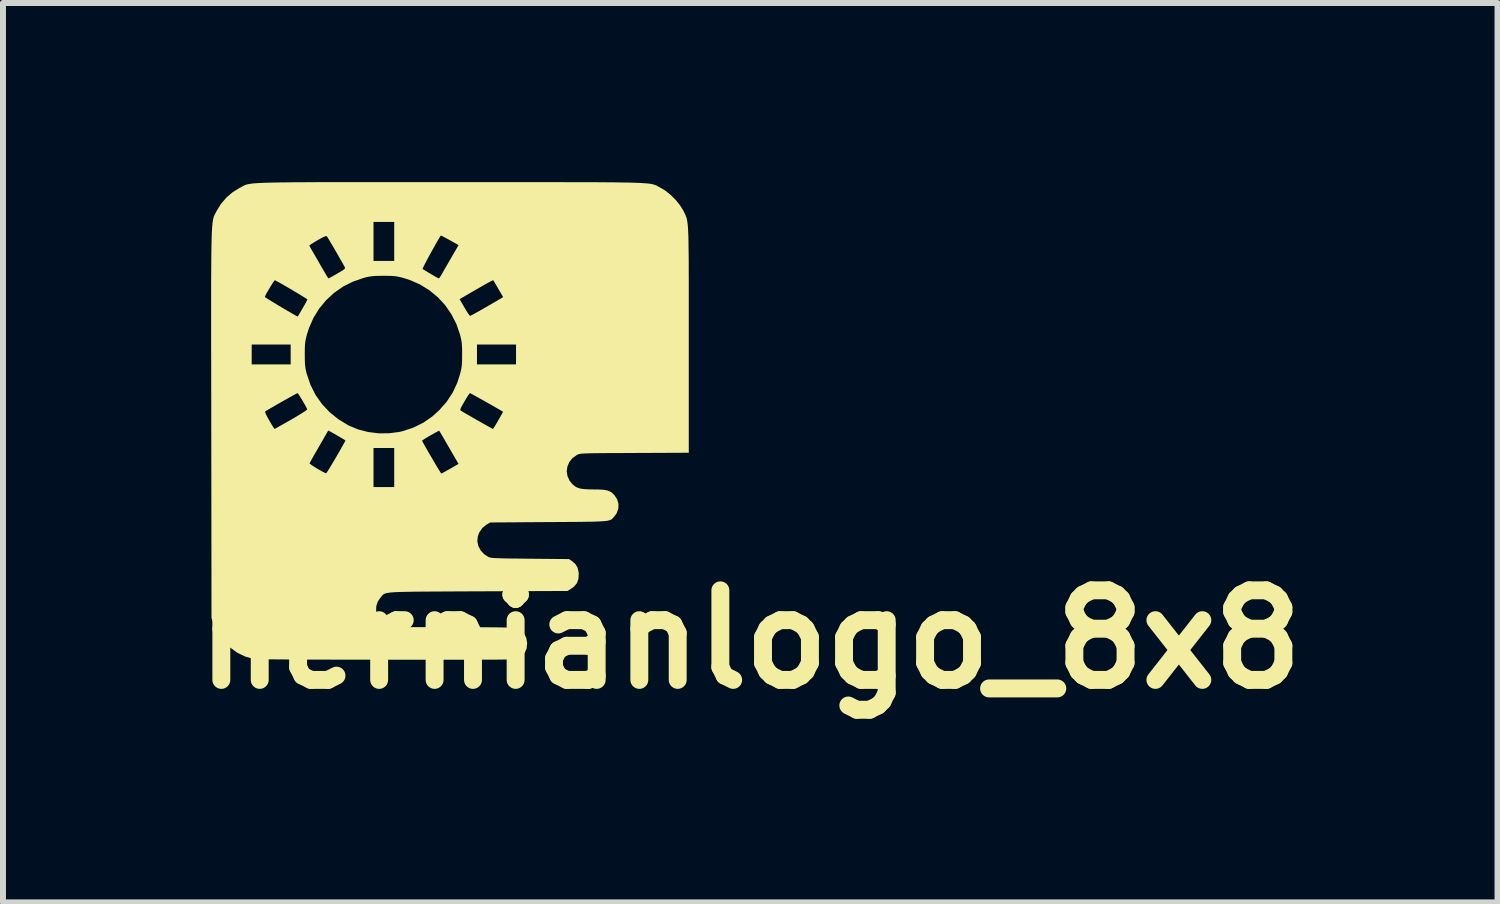
<source format=kicad_pcb>
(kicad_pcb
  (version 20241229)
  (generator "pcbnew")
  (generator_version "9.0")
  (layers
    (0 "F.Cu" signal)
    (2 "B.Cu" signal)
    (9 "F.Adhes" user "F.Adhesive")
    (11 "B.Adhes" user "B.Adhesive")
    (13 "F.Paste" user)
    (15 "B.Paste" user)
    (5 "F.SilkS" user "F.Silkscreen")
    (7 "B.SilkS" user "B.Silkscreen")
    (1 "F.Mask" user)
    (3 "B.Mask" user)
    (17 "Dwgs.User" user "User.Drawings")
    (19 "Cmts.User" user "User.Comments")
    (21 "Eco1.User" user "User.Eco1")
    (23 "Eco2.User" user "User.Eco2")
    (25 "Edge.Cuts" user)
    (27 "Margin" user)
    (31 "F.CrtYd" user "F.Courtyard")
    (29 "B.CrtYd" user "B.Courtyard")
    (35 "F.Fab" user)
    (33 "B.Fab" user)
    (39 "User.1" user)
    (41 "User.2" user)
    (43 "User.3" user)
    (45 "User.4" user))
  (footprint "hernianlogo_8x8"
    (layer "F.Cu")
    (at 4.485 4)
    (property "Reference" "hernianlogo_8x8" (at 5.029 3.658 0) (layer "F.SilkS") (effects (font (size 1.5 1.5) (thickness 0.3))))
    (attr board_only exclude_from_pos_files exclude_from_bom)
    (fp_poly (pts (xy -1.189 -4) (xy -0.905 -4) (xy -0.597 -4) (xy -0.265 -4) (xy -0.001 -4) (xy 0.352 -4) (xy 0.679 -4) (xy 0.981 -4) (xy 1.26 -4) (xy 1.516 -4) (xy 1.75 -4) (xy 1.964 -3.999) (xy 2.158 -3.999) (xy 2.334 -3.999) (xy 2.492 -3.998) (xy 2.633 -3.997) (xy 2.759 -3.996) (xy 2.871 -3.994) (xy 2.969 -3.993) (xy 3.055 -3.991) (xy 3.129 -3.988) (xy 3.192 -3.986) (xy 3.246 -3.982) (xy 3.292 -3.979) (xy 3.331 -3.975) (xy 3.363 -3.971) (xy 3.389 -3.966) (xy 3.411 -3.96) (xy 3.43 -3.954) (xy 3.447 -3.948) (xy 3.462 -3.941) (xy 3.476 -3.933) (xy 3.492 -3.924) (xy 3.509 -3.915) (xy 3.52 -3.91) (xy 3.605 -3.859) (xy 3.693 -3.789) (xy 3.776 -3.707) (xy 3.848 -3.619) (xy 3.903 -3.534) (xy 3.91 -3.52) (xy 3.922 -3.496) (xy 3.933 -3.474) (xy 3.943 -3.453) (xy 3.952 -3.432) (xy 3.96 -3.41) (xy 3.967 -3.384) (xy 3.973 -3.355) (xy 3.978 -3.319) (xy 3.983 -3.277) (xy 3.987 -3.226) (xy 3.99 -3.165) (xy 3.993 -3.093) (xy 3.995 -3.009) (xy 3.996 -2.91) (xy 3.998 -2.797) (xy 3.999 -2.667) (xy 3.999 -2.519) (xy 4 -2.351) (xy 4 -2.163) (xy 4 -1.953) (xy 4 -1.72) (xy 4 -1.461) (xy 4 -1.357) (xy 4 0.532) (xy 3.09 0.536) (xy 2.912 0.537) (xy 2.759 0.538) (xy 2.629 0.538) (xy 2.519 0.539) (xy 2.428 0.54) (xy 2.354 0.541) (xy 2.295 0.543) (xy 2.248 0.545) (xy 2.213 0.547) (xy 2.186 0.55) (xy 2.166 0.553) (xy 2.151 0.557) (xy 2.14 0.562) (xy 2.129 0.568) (xy 2.127 0.569) (xy 2.052 0.622) (xy 1.999 0.688) (xy 1.967 0.764) (xy 1.956 0.843) (xy 1.969 0.924) (xy 2.004 1.001) (xy 2.056 1.063) (xy 2.092 1.093) (xy 2.131 1.115) (xy 2.178 1.131) (xy 2.238 1.14) (xy 2.316 1.145) (xy 2.412 1.147) (xy 2.506 1.148) (xy 2.578 1.153) (xy 2.634 1.163) (xy 2.677 1.179) (xy 2.714 1.202) (xy 2.747 1.235) (xy 2.756 1.244) (xy 2.801 1.314) (xy 2.823 1.391) (xy 2.82 1.469) (xy 2.793 1.544) (xy 2.757 1.594) (xy 2.743 1.611) (xy 2.73 1.626) (xy 2.717 1.639) (xy 2.702 1.65) (xy 2.684 1.659) (xy 2.659 1.666) (xy 2.627 1.673) (xy 2.586 1.677) (xy 2.533 1.681) (xy 2.466 1.684) (xy 2.385 1.687) (xy 2.287 1.688) (xy 2.17 1.69) (xy 2.032 1.691) (xy 1.871 1.692) (xy 1.686 1.693) (xy 1.653 1.693) (xy 0.673 1.7) (xy 0.612 1.736) (xy 0.544 1.791) (xy 0.493 1.864) (xy 0.467 1.932) (xy 0.459 2.013) (xy 0.475 2.092) (xy 0.513 2.166) (xy 0.572 2.23) (xy 0.633 2.271) (xy 0.646 2.278) (xy 0.66 2.283) (xy 0.677 2.288) (xy 0.7 2.292) (xy 0.73 2.295) (xy 0.771 2.297) (xy 0.825 2.299) (xy 0.894 2.301) (xy 0.981 2.303) (xy 1.087 2.304) (xy 1.216 2.305) (xy 1.341 2.307) (xy 1.995 2.313) (xy 2.042 2.345) (xy 2.101 2.396) (xy 2.137 2.456) (xy 2.155 2.531) (xy 2.157 2.559) (xy 2.152 2.645) (xy 2.127 2.715) (xy 2.079 2.773) (xy 2.033 2.807) (xy 1.969 2.847) (xy 0.468 2.853) (xy 0.232 2.854) (xy 0.022 2.855) (xy -0.165 2.856) (xy -0.33 2.857) (xy -0.473 2.858) (xy -0.598 2.859) (xy -0.705 2.861) (xy -0.796 2.863) (xy -0.872 2.865) (xy -0.934 2.868) (xy -0.985 2.872) (xy -1.026 2.877) (xy -1.058 2.882) (xy -1.082 2.889) (xy -1.101 2.896) (xy -1.115 2.905) (xy -1.127 2.915) (xy -1.137 2.927) (xy -1.148 2.94) (xy -1.16 2.954) (xy -1.163 2.958) (xy -1.21 3.028) (xy -1.234 3.105) (xy -1.236 3.185) (xy -1.216 3.262) (xy -1.177 3.332) (xy -1.118 3.392) (xy -1.062 3.425) (xy -1.051 3.431) (xy -1.04 3.435) (xy -1.025 3.439) (xy -1.007 3.442) (xy -0.982 3.445) (xy -0.949 3.447) (xy -0.906 3.449) (xy -0.851 3.45) (xy -0.783 3.451) (xy -0.699 3.452) (xy -0.598 3.453) (xy -0.477 3.453) (xy -0.336 3.453) (xy -0.172 3.453) (xy 0.017 3.453) (xy 0.029 3.453) (xy 0.241 3.453) (xy 0.428 3.454) (xy 0.589 3.455) (xy 0.727 3.456) (xy 0.843 3.457) (xy 0.936 3.459) (xy 1.008 3.461) (xy 1.061 3.463) (xy 1.094 3.466) (xy 1.108 3.469) (xy 1.185 3.507) (xy 1.243 3.563) (xy 1.279 3.634) (xy 1.293 3.718) (xy 1.293 3.725) (xy 1.284 3.811) (xy 1.254 3.881) (xy 1.202 3.938) (xy 1.144 3.975) (xy 1.137 3.978) (xy 1.128 3.981) (xy 1.117 3.984) (xy 1.102 3.986) (xy 1.082 3.988) (xy 1.056 3.99) (xy 1.022 3.992) (xy 0.979 3.993) (xy 0.927 3.995) (xy 0.862 3.996) (xy 0.786 3.997) (xy 0.695 3.997) (xy 0.59 3.998) (xy 0.468 3.998) (xy 0.329 3.999) (xy 0.172 3.999) (xy -0.006 3.999) (xy -0.205 3.999) (xy -0.426 3.999) (xy -0.671 3.999) (xy -0.941 3.999) (xy -1.069 3.999) (xy -1.308 3.998) (xy -1.541 3.998) (xy -1.765 3.998) (xy -1.979 3.997) (xy -2.182 3.996) (xy -2.373 3.996) (xy -2.55 3.995) (xy -2.711 3.994) (xy -2.856 3.993) (xy -2.982 3.992) (xy -3.089 3.991) (xy -3.174 3.99) (xy -3.236 3.989) (xy -3.275 3.987) (xy -3.287 3.986) (xy -3.43 3.945) (xy -3.562 3.881) (xy -3.684 3.791) (xy -3.74 3.74) (xy -3.825 3.644) (xy -3.891 3.546) (xy -3.944 3.434) (xy -3.958 3.398) (xy -3.993 3.3) (xy -3.996 0.71) (xy -2.351 0.71) (xy -2.341 0.721) (xy -2.313 0.741) (xy -2.273 0.767) (xy -2.226 0.797) (xy -2.177 0.825) (xy -2.132 0.85) (xy -2.096 0.868) (xy -2.075 0.875) (xy -2.073 0.875) (xy -2.063 0.863) (xy -2.042 0.831) (xy -2.011 0.782) (xy -1.974 0.72) (xy -1.931 0.648) (xy -1.903 0.6) (xy -1.859 0.524) (xy -1.82 0.456) (xy -1.819 0.453) (xy -1.28 0.453) (xy -1.28 0.78) (xy -1.28 1.107) (xy -1.107 1.107) (xy -0.933 1.107) (xy -0.933 0.78) (xy -0.933 0.453) (xy -1.107 0.453) (xy -1.28 0.453) (xy -1.819 0.453) (xy -1.788 0.398) (xy -1.764 0.356) (xy -1.752 0.331) (xy -1.751 0.329) (xy -0.467 0.329) (xy -0.46 0.344) (xy -0.443 0.376) (xy -0.416 0.424) (xy -0.382 0.483) (xy -0.345 0.549) (xy -0.304 0.617) (xy -0.264 0.686) (xy -0.227 0.749) (xy -0.194 0.804) (xy -0.167 0.847) (xy -0.15 0.873) (xy -0.145 0.88) (xy -0.13 0.874) (xy -0.098 0.857) (xy -0.052 0.831) (xy 0.003 0.8) (xy 0.004 0.8) (xy 0.144 0.719) (xy -0.016 0.443) (xy -0.061 0.366) (xy -0.101 0.296) (xy -0.135 0.238) (xy -0.16 0.195) (xy -0.176 0.169) (xy -0.179 0.163) (xy -0.192 0.168) (xy -0.221 0.183) (xy -0.263 0.206) (xy -0.311 0.233) (xy -0.361 0.262) (xy -0.407 0.289) (xy -0.442 0.312) (xy -0.463 0.326) (xy -0.467 0.329) (xy -1.751 0.329) (xy -1.75 0.326) (xy -1.763 0.317) (xy -1.794 0.298) (xy -1.836 0.274) (xy -1.883 0.246) (xy -1.929 0.219) (xy -1.969 0.197) (xy -1.996 0.182) (xy -1.997 0.181) (xy -2.038 0.16) (xy -2.193 0.429) (xy -2.237 0.506) (xy -2.277 0.575) (xy -2.31 0.634) (xy -2.334 0.678) (xy -2.348 0.704) (xy -2.351 0.71) (xy -3.996 0.71) (xy -3.997 0.04) (xy -3.997 -0.151) (xy -3.095 -0.151) (xy -3.088 -0.128) (xy -3.07 -0.089) (xy -3.039 -0.032) (xy -3.026 -0.009) (xy -2.994 0.046) (xy -2.967 0.09) (xy -2.947 0.121) (xy -2.937 0.133) (xy -2.937 0.133) (xy -2.924 0.127) (xy -2.891 0.109) (xy -2.842 0.081) (xy -2.779 0.046) (xy -2.707 0.005) (xy -2.658 -0.023) (xy -2.581 -0.068) (xy -2.514 -0.109) (xy -2.458 -0.144) (xy -2.416 -0.171) (xy -2.393 -0.189) (xy -2.39 -0.194) (xy -2.399 -0.215) (xy -2.418 -0.252) (xy -2.444 -0.297) (xy -2.472 -0.346) (xy -2.501 -0.393) (xy -2.526 -0.433) (xy -2.544 -0.459) (xy -2.552 -0.467) (xy -2.565 -0.46) (xy -2.598 -0.443) (xy -2.646 -0.417) (xy -2.705 -0.384) (xy -2.771 -0.347) (xy -2.84 -0.308) (xy -2.909 -0.269) (xy -2.972 -0.232) (xy -3.027 -0.2) (xy -3.07 -0.175) (xy -3.091 -0.162) (xy -3.095 -0.151) (xy -3.997 -0.151) (xy -3.997 -0.314) (xy -3.998 -0.643) (xy -3.998 -0.947) (xy -3.999 -1.227) (xy -3.999 -1.28) (xy -3.32 -1.28) (xy -3.32 -1.113) (xy -3.32 -0.947) (xy -2.993 -0.947) (xy -2.667 -0.947) (xy -2.667 -1.113) (xy -2.431 -1.113) (xy -2.43 -1.029) (xy -2.428 -0.964) (xy -2.423 -0.91) (xy -2.415 -0.861) (xy -2.403 -0.807) (xy -2.396 -0.784) (xy -2.335 -0.604) (xy -2.251 -0.437) (xy -2.145 -0.286) (xy -2.018 -0.15) (xy -1.872 -0.031) (xy -1.708 0.069) (xy -1.693 0.077) (xy -1.537 0.142) (xy -1.369 0.185) (xy -1.195 0.207) (xy -1.018 0.206) (xy -0.844 0.183) (xy -0.786 0.169) (xy -0.609 0.11) (xy -0.446 0.029) (xy -0.294 -0.076) (xy -0.18 -0.18) (xy -0.174 -0.186) (xy 0.174 -0.186) (xy 0.179 -0.176) (xy 0.191 -0.168) (xy 0.191 -0.168) (xy 0.218 -0.151) (xy 0.261 -0.126) (xy 0.317 -0.094) (xy 0.381 -0.057) (xy 0.448 -0.018) (xy 0.516 0.02) (xy 0.581 0.057) (xy 0.637 0.088) (xy 0.682 0.113) (xy 0.71 0.129) (xy 0.72 0.133) (xy 0.729 0.122) (xy 0.748 0.093) (xy 0.775 0.049) (xy 0.807 -0.005) (xy 0.809 -0.01) (xy 0.84 -0.064) (xy 0.866 -0.11) (xy 0.883 -0.141) (xy 0.889 -0.154) (xy 0.889 -0.154) (xy 0.869 -0.167) (xy 0.831 -0.189) (xy 0.779 -0.219) (xy 0.717 -0.255) (xy 0.649 -0.293) (xy 0.579 -0.333) (xy 0.511 -0.371) (xy 0.449 -0.405) (xy 0.397 -0.434) (xy 0.359 -0.455) (xy 0.338 -0.466) (xy 0.336 -0.467) (xy 0.325 -0.456) (xy 0.304 -0.426) (xy 0.276 -0.382) (xy 0.244 -0.328) (xy 0.243 -0.326) (xy 0.209 -0.267) (xy 0.187 -0.227) (xy 0.176 -0.201) (xy 0.174 -0.186) (xy -0.174 -0.186) (xy -0.055 -0.321) (xy 0.046 -0.475) (xy 0.124 -0.642) (xy 0.17 -0.786) (xy 0.184 -0.842) (xy 0.194 -0.892) (xy 0.2 -0.943) (xy 0.203 -1.004) (xy 0.204 -1.081) (xy 0.204 -1.113) (xy 0.204 -1.198) (xy 0.201 -1.263) (xy 0.2 -1.28) (xy 0.453 -1.28) (xy 0.453 -1.113) (xy 0.453 -0.947) (xy 0.78 -0.947) (xy 1.107 -0.947) (xy 1.107 -1.113) (xy 1.107 -1.28) (xy 0.78 -1.28) (xy 0.453 -1.28) (xy 0.2 -1.28) (xy 0.197 -1.316) (xy 0.188 -1.366) (xy 0.176 -1.419) (xy 0.17 -1.443) (xy 0.109 -1.621) (xy 0.025 -1.787) (xy -0.079 -1.938) (xy -0.173 -2.04) (xy 0.162 -2.04) (xy 0.243 -1.9) (xy 0.275 -1.846) (xy 0.303 -1.802) (xy 0.325 -1.771) (xy 0.337 -1.76) (xy 0.337 -1.76) (xy 0.352 -1.766) (xy 0.387 -1.784) (xy 0.437 -1.812) (xy 0.499 -1.846) (xy 0.57 -1.887) (xy 0.585 -1.896) (xy 0.659 -1.938) (xy 0.727 -1.978) (xy 0.785 -2.011) (xy 0.828 -2.037) (xy 0.854 -2.052) (xy 0.856 -2.053) (xy 0.891 -2.075) (xy 0.81 -2.214) (xy 0.779 -2.268) (xy 0.752 -2.313) (xy 0.733 -2.345) (xy 0.725 -2.358) (xy 0.725 -2.358) (xy 0.712 -2.353) (xy 0.678 -2.336) (xy 0.623 -2.306) (xy 0.549 -2.264) (xy 0.457 -2.211) (xy 0.349 -2.149) (xy 0.237 -2.084) (xy 0.162 -2.04) (xy -0.173 -2.04) (xy -0.203 -2.072) (xy -0.344 -2.189) (xy -0.501 -2.286) (xy -0.672 -2.361) (xy -0.786 -2.397) (xy -0.842 -2.411) (xy -0.892 -2.421) (xy -0.943 -2.427) (xy -1.004 -2.43) (xy -1.081 -2.431) (xy -1.113 -2.431) (xy -1.198 -2.43) (xy -1.263 -2.428) (xy -1.316 -2.423) (xy -1.366 -2.415) (xy -1.419 -2.403) (xy -1.443 -2.396) (xy -1.621 -2.335) (xy -1.787 -2.252) (xy -1.938 -2.147) (xy -2.072 -2.024) (xy -2.189 -1.883) (xy -2.286 -1.726) (xy -2.361 -1.554) (xy -2.397 -1.441) (xy -2.411 -1.385) (xy -2.421 -1.335) (xy -2.427 -1.283) (xy -2.43 -1.223) (xy -2.431 -1.146) (xy -2.431 -1.113) (xy -2.667 -1.113) (xy -2.667 -1.28) (xy -2.993 -1.28) (xy -3.32 -1.28) (xy -3.999 -1.28) (xy -3.999 -1.485) (xy -3.999 -1.721) (xy -3.999 -1.936) (xy -3.999 -2.077) (xy -3.1 -2.077) (xy -3.089 -2.068) (xy -3.059 -2.049) (xy -3.013 -2.02) (xy -2.954 -1.984) (xy -2.888 -1.944) (xy -2.816 -1.901) (xy -2.743 -1.858) (xy -2.672 -1.817) (xy -2.608 -1.78) (xy -2.553 -1.749) (xy -2.551 -1.748) (xy -2.544 -1.758) (xy -2.526 -1.787) (xy -2.5 -1.83) (xy -2.469 -1.884) (xy -2.468 -1.886) (xy -2.436 -1.94) (xy -2.411 -1.987) (xy -2.393 -2.02) (xy -2.387 -2.036) (xy -2.387 -2.036) (xy -2.398 -2.044) (xy -2.428 -2.064) (xy -2.474 -2.092) (xy -2.531 -2.127) (xy -2.595 -2.165) (xy -2.664 -2.206) (xy -2.732 -2.246) (xy -2.796 -2.283) (xy -2.852 -2.315) (xy -2.897 -2.339) (xy -2.925 -2.354) (xy -2.932 -2.357) (xy -2.942 -2.348) (xy -2.961 -2.32) (xy -2.987 -2.28) (xy -3.016 -2.233) (xy -3.045 -2.184) (xy -3.071 -2.139) (xy -3.09 -2.102) (xy -3.099 -2.08) (xy -3.1 -2.077) (xy -3.999 -2.077) (xy -3.999 -2.132) (xy -3.999 -2.309) (xy -3.998 -2.469) (xy -3.997 -2.612) (xy -3.996 -2.74) (xy -3.995 -2.853) (xy -3.993 -2.936) (xy -2.355 -2.936) (xy -2.355 -2.936) (xy -2.347 -2.921) (xy -2.328 -2.887) (xy -2.299 -2.837) (xy -2.262 -2.773) (xy -2.219 -2.699) (xy -2.173 -2.618) (xy -2.124 -2.534) (xy -2.091 -2.477) (xy -2.066 -2.434) (xy -2.046 -2.403) (xy -2.035 -2.387) (xy -2.034 -2.387) (xy -2.021 -2.393) (xy -1.99 -2.41) (xy -1.945 -2.435) (xy -1.891 -2.466) (xy -1.888 -2.468) (xy -1.829 -2.502) (xy -1.79 -2.526) (xy -1.767 -2.544) (xy -1.765 -2.546) (xy -0.458 -2.546) (xy -0.443 -2.536) (xy -0.41 -2.516) (xy -0.367 -2.49) (xy -0.319 -2.461) (xy -0.271 -2.433) (xy -0.229 -2.409) (xy -0.198 -2.393) (xy -0.186 -2.387) (xy -0.175 -2.397) (xy -0.159 -2.422) (xy -0.158 -2.423) (xy -0.144 -2.446) (xy -0.12 -2.487) (xy -0.088 -2.544) (xy -0.049 -2.611) (xy -0.006 -2.685) (xy 0.004 -2.703) (xy 0.145 -2.945) (xy -0.002 -3.028) (xy -0.057 -3.058) (xy -0.104 -3.083) (xy -0.137 -3.099) (xy -0.152 -3.105) (xy -0.152 -3.105) (xy -0.167 -3.084) (xy -0.19 -3.045) (xy -0.221 -2.993) (xy -0.256 -2.93) (xy -0.294 -2.862) (xy -0.333 -2.792) (xy -0.37 -2.724) (xy -0.403 -2.661) (xy -0.43 -2.609) (xy -0.449 -2.57) (xy -0.458 -2.549) (xy -0.458 -2.546) (xy -1.765 -2.546) (xy -1.758 -2.557) (xy -1.758 -2.569) (xy -1.762 -2.578) (xy -1.78 -2.611) (xy -1.807 -2.659) (xy -1.841 -2.718) (xy -1.878 -2.784) (xy -1.918 -2.853) (xy -1.957 -2.92) (xy -1.993 -2.981) (xy -2.024 -3.033) (xy -2.046 -3.07) (xy -2.059 -3.089) (xy -2.06 -3.091) (xy -2.071 -3.096) (xy -2.091 -3.092) (xy -2.123 -3.078) (xy -2.172 -3.052) (xy -2.218 -3.026) (xy -2.272 -2.994) (xy -2.316 -2.967) (xy -2.345 -2.946) (xy -2.355 -2.936) (xy -3.993 -2.936) (xy -3.993 -2.952) (xy -3.991 -3.039) (xy -3.989 -3.115) (xy -3.986 -3.18) (xy -3.983 -3.235) (xy -3.979 -3.282) (xy -3.975 -3.322) (xy -3.973 -3.333) (xy -1.28 -3.333) (xy -1.28 -3.007) (xy -1.28 -2.68) (xy -1.107 -2.68) (xy -0.933 -2.68) (xy -0.933 -3.007) (xy -0.933 -3.333) (xy -1.107 -3.333) (xy -1.28 -3.333) (xy -3.973 -3.333) (xy -3.97 -3.355) (xy -3.965 -3.382) (xy -3.959 -3.406) (xy -3.953 -3.425) (xy -3.946 -3.443) (xy -3.938 -3.458) (xy -3.93 -3.474) (xy -3.921 -3.49) (xy -3.912 -3.508) (xy -3.903 -3.524) (xy -3.833 -3.637) (xy -3.743 -3.742) (xy -3.638 -3.832) (xy -3.525 -3.902) (xy -3.52 -3.904) (xy -3.5 -3.914) (xy -3.483 -3.924) (xy -3.467 -3.933) (xy -3.452 -3.941) (xy -3.436 -3.948) (xy -3.419 -3.955) (xy -3.399 -3.961) (xy -3.375 -3.966) (xy -3.348 -3.971) (xy -3.314 -3.976) (xy -3.274 -3.98) (xy -3.226 -3.983) (xy -3.17 -3.986) (xy -3.104 -3.989) (xy -3.027 -3.991) (xy -2.939 -3.993) (xy -2.838 -3.995) (xy -2.723 -3.996) (xy -2.593 -3.998) (xy -2.448 -3.998) (xy -2.286 -3.999) (xy -2.106 -4) (xy -1.908 -4) (xy -1.689 -4) (xy -1.45 -4)) (stroke (width 0) (type solid)) (fill yes) (layer "F.SilkS")))
  (gr_rect
    (start -3 -3)
    (end 22.029 12.062)
    (stroke (width 0.1) (type default))
    (fill no)
    (layer "Edge.Cuts")))
</source>
